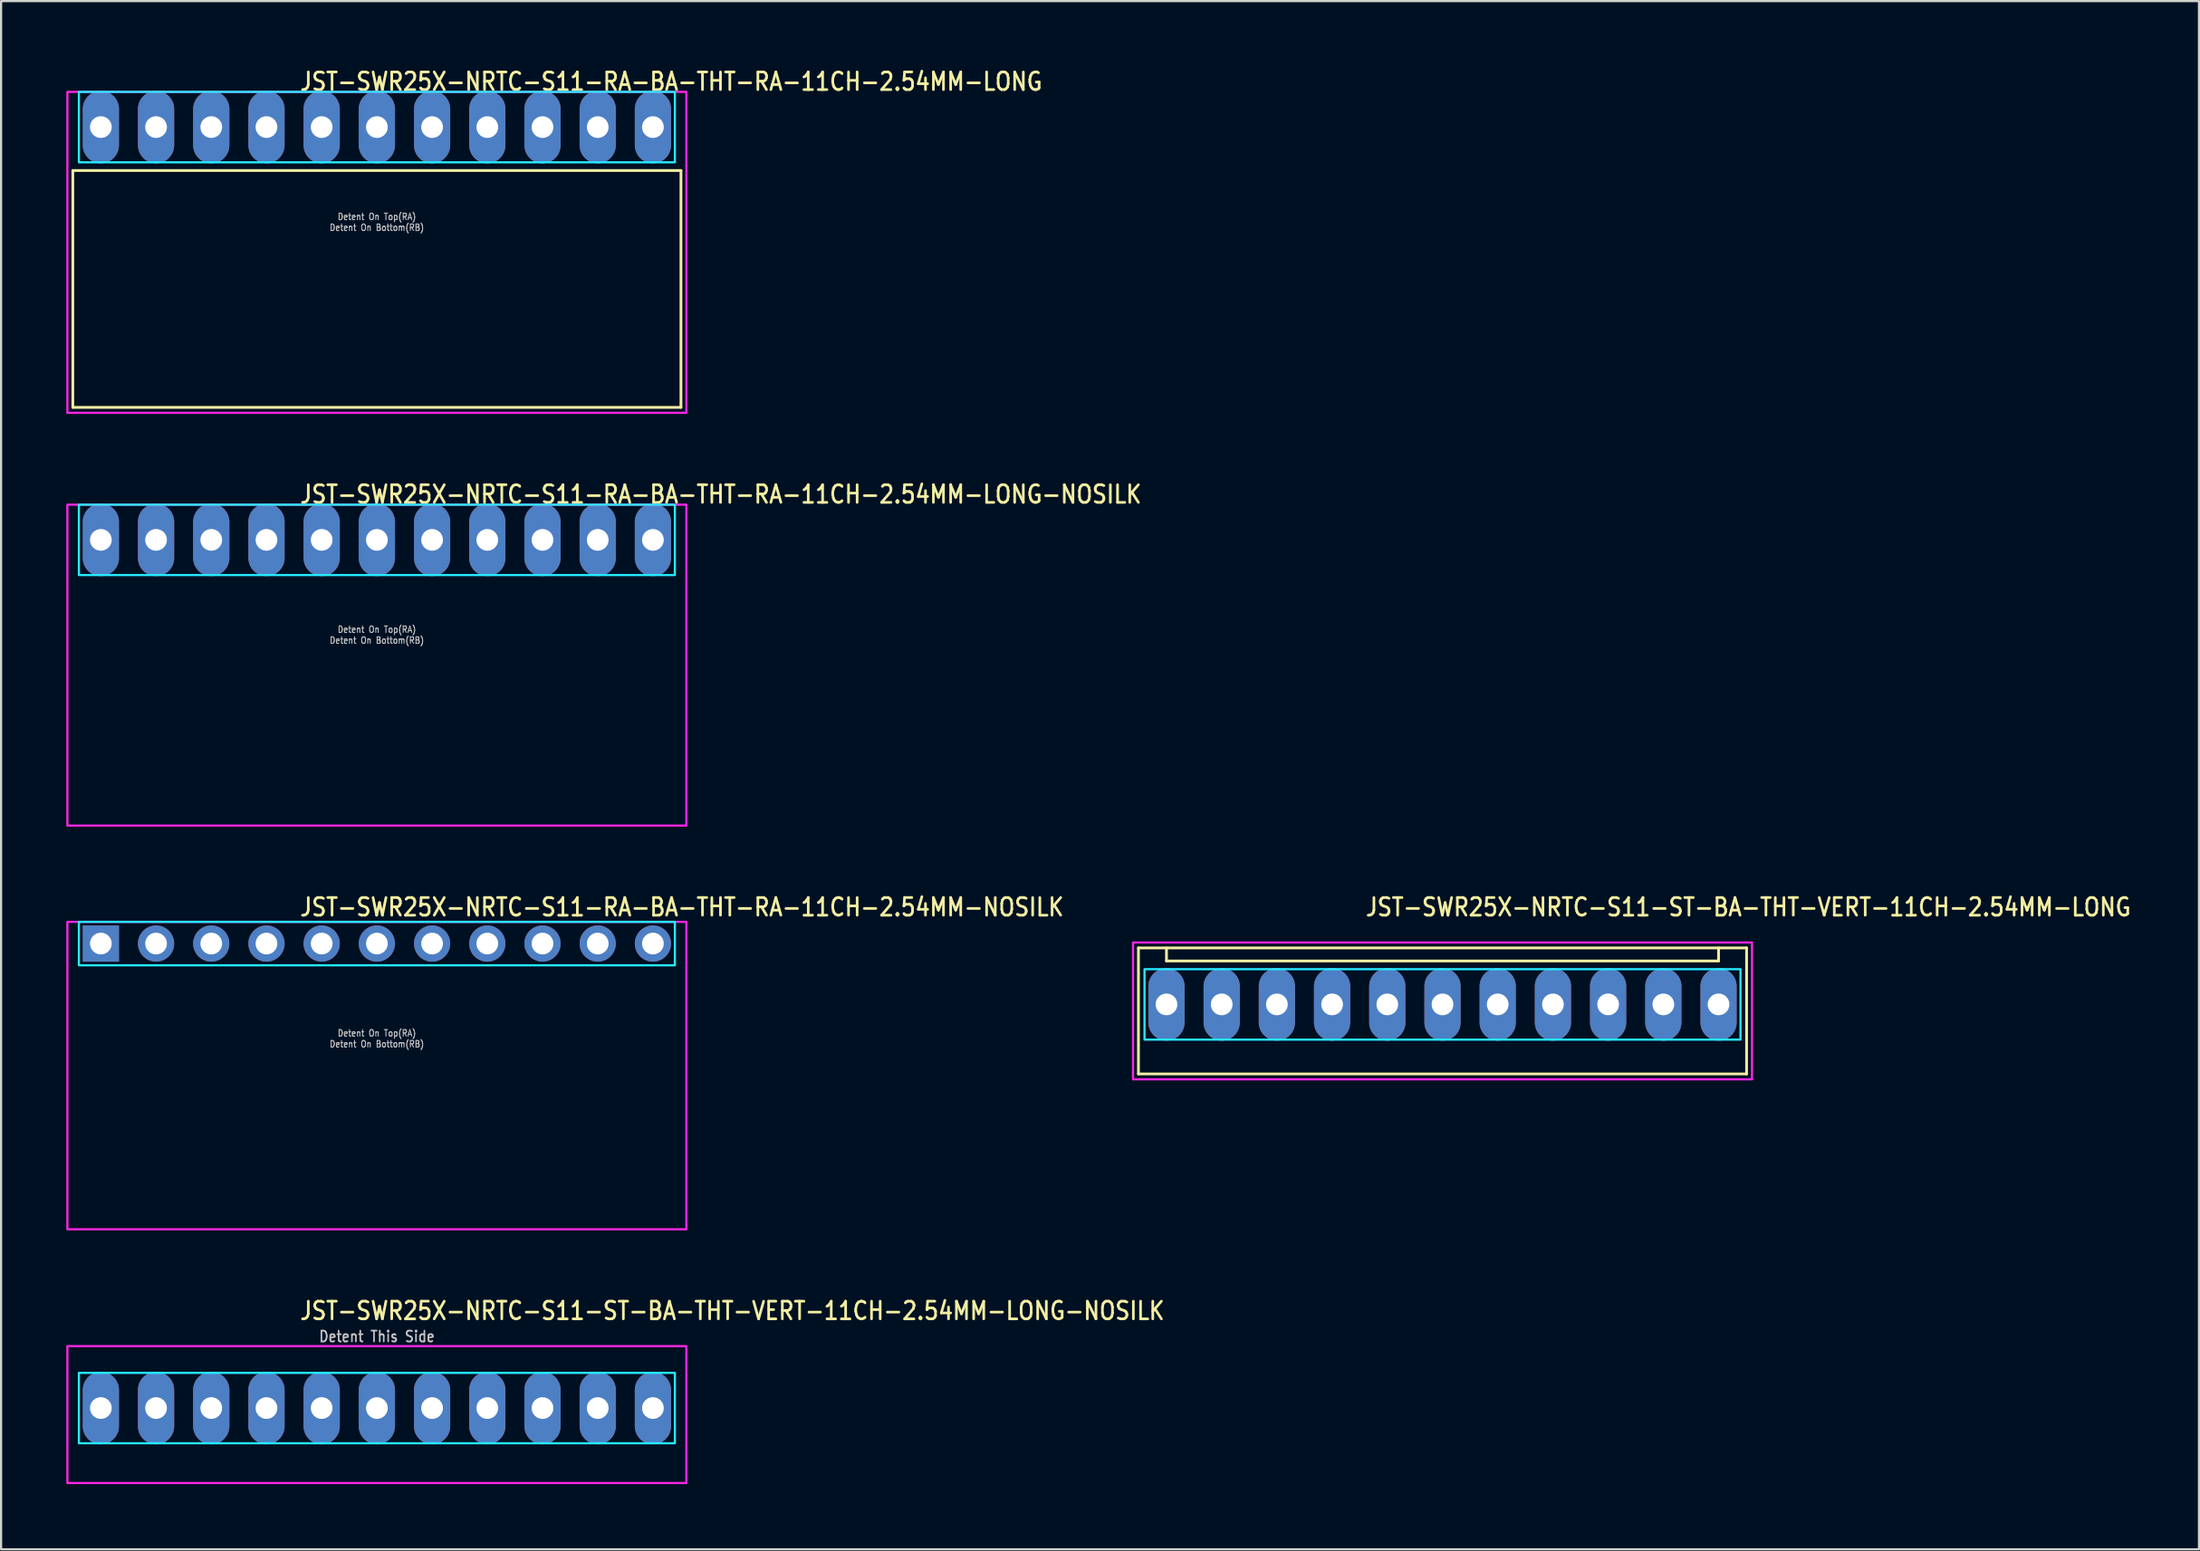
<source format=kicad_pcb>
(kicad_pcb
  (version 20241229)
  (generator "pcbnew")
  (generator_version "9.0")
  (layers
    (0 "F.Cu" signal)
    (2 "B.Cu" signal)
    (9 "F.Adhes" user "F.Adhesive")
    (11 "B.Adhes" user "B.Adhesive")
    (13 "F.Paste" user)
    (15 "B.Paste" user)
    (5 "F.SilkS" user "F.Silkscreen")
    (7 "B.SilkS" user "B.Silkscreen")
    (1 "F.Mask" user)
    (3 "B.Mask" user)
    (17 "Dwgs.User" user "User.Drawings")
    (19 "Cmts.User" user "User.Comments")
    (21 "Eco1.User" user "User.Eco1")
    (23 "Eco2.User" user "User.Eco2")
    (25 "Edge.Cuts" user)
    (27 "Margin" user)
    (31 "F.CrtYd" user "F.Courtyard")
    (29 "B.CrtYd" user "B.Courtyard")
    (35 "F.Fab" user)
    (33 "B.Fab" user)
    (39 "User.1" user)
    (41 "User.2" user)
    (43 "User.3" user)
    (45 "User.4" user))
  (footprint "JST-SWR25X-NRTC-S11-RA-BA-THT-RA-11CH-2.54MM-LONG-NOSILK"
    (layer "F.Cu")
    (at 14.29 21.797)
    (property "Reference" "JST-SWR25X-NRTC-S11-RA-BA-THT-RA-11CH-2.54MM-LONG-NOSILK" (at -3.6 -1.62 0) (unlocked yes) (layer "F.SilkS") (effects (font (size 0.813 0.695) (thickness 0.122)) (justify left bottom)))
    (fp_poly (pts (xy -13.71 -1.62) (xy -13.71 1.62) (xy 13.71 1.62) (xy 13.71 -1.62)) (stroke (width 0.1) (type solid)) (fill no) (layer "B.CrtYd"))
    (fp_poly (pts (xy -14.24 -1.62) (xy -14.24 13.15) (xy 14.24 13.15) (xy 14.24 -1.62)) (stroke (width 0.1) (type solid)) (fill no) (layer "F.CrtYd"))
    (fp_text user "Detent On Top(RA)" (at 0 4.3 0) (unlocked yes) (layer "Dwgs.User") (effects (font (size 0.3 0.257) (thickness 0.045)) (justify bottom)))
    (fp_text user "Detent On Bottom(RB)" (at 0 4.8 0) (unlocked yes) (layer "Dwgs.User") (effects (font (size 0.3 0.257) (thickness 0.045)) (justify bottom)))
    (pad "P$1" thru_hole oval (at -12.7 0 90) (size 3.333 1.667) (drill 1) (layers "*.Cu" "*.Mask"))
    (pad "P$2" thru_hole oval (at -10.16 0 90) (size 3.333 1.667) (drill 1) (layers "*.Cu" "*.Mask"))
    (pad "P$3" thru_hole oval (at -7.62 0 90) (size 3.333 1.667) (drill 1) (layers "*.Cu" "*.Mask"))
    (pad "P$4" thru_hole oval (at -5.08 0 90) (size 3.333 1.667) (drill 1) (layers "*.Cu" "*.Mask"))
    (pad "P$5" thru_hole oval (at -2.54 0 90) (size 3.333 1.667) (drill 1) (layers "*.Cu" "*.Mask"))
    (pad "P$6" thru_hole oval (at 0 0 90) (size 3.333 1.667) (drill 1) (layers "*.Cu" "*.Mask"))
    (pad "P$7" thru_hole oval (at 2.54 0 90) (size 3.333 1.667) (drill 1) (layers "*.Cu" "*.Mask"))
    (pad "P$8" thru_hole oval (at 5.08 0 90) (size 3.333 1.667) (drill 1) (layers "*.Cu" "*.Mask"))
    (pad "P$9" thru_hole oval (at 7.62 0 90) (size 3.333 1.667) (drill 1) (layers "*.Cu" "*.Mask"))
    (pad "P$10" thru_hole oval (at 10.16 0 90) (size 3.333 1.667) (drill 1) (layers "*.Cu" "*.Mask"))
    (pad "P$11" thru_hole oval (at 12.7 0 90) (size 3.333 1.667) (drill 1) (layers "*.Cu" "*.Mask")))
  (footprint "JST-SWR25X-NRTC-S11-ST-BA-THT-VERT-11CH-2.54MM-LONG"
    (layer "F.Cu")
    (at 63.318 43.176)
    (property "Reference" "JST-SWR25X-NRTC-S11-ST-BA-THT-VERT-11CH-2.54MM-LONG" (at -3.6 -4 0) (unlocked yes) (layer "F.SilkS") (effects (font (size 0.813 0.695) (thickness 0.122)) (justify left bottom)))
    (fp_line (start -13.99 -2.6) (end 13.99 -2.6) (stroke (width 0.127) (type solid)) (layer "F.SilkS"))
    (fp_line (start -13.99 3.2) (end -13.99 -2.6) (stroke (width 0.127) (type solid)) (layer "F.SilkS"))
    (fp_line (start -13.99 3.2) (end 13.99 3.2) (stroke (width 0.127) (type solid)) (layer "F.SilkS"))
    (fp_line (start -12.7 -2.6) (end -12.7 -2) (stroke (width 0.127) (type solid)) (layer "F.SilkS"))
    (fp_line (start -12.7 -2) (end 12.7 -2) (stroke (width 0.127) (type solid)) (layer "F.SilkS"))
    (fp_line (start 12.7 -2.6) (end 12.7 -2) (stroke (width 0.127) (type solid)) (layer "F.SilkS"))
    (fp_line (start 13.99 -2.6) (end 13.99 3.2) (stroke (width 0.127) (type solid)) (layer "F.SilkS"))
    (fp_poly (pts (xy -13.71 -1.62) (xy -13.71 1.62) (xy 13.71 1.62) (xy 13.71 -1.62)) (stroke (width 0.1) (type solid)) (fill no) (layer "B.CrtYd"))
    (fp_poly (pts (xy -14.24 -2.85) (xy -14.24 3.45) (xy 14.24 3.45) (xy 14.24 -2.85)) (stroke (width 0.1) (type solid)) (fill no) (layer "F.CrtYd"))
    (pad "P$1" thru_hole oval (at -12.7 0 90) (size 3.333 1.667) (drill 1) (layers "*.Cu" "*.Mask"))
    (pad "P$2" thru_hole oval (at -10.16 0 90) (size 3.333 1.667) (drill 1) (layers "*.Cu" "*.Mask"))
    (pad "P$3" thru_hole oval (at -7.62 0 90) (size 3.333 1.667) (drill 1) (layers "*.Cu" "*.Mask"))
    (pad "P$4" thru_hole oval (at -5.08 0 90) (size 3.333 1.667) (drill 1) (layers "*.Cu" "*.Mask"))
    (pad "P$5" thru_hole oval (at -2.54 0 90) (size 3.333 1.667) (drill 1) (layers "*.Cu" "*.Mask"))
    (pad "P$6" thru_hole oval (at 0 0 90) (size 3.333 1.667) (drill 1) (layers "*.Cu" "*.Mask"))
    (pad "P$7" thru_hole oval (at 2.54 0 90) (size 3.333 1.667) (drill 1) (layers "*.Cu" "*.Mask"))
    (pad "P$8" thru_hole oval (at 5.08 0 90) (size 3.333 1.667) (drill 1) (layers "*.Cu" "*.Mask"))
    (pad "P$9" thru_hole oval (at 7.62 0 90) (size 3.333 1.667) (drill 1) (layers "*.Cu" "*.Mask"))
    (pad "P$10" thru_hole oval (at 10.16 0 90) (size 3.333 1.667) (drill 1) (layers "*.Cu" "*.Mask"))
    (pad "P$11" thru_hole oval (at 12.7 0 90) (size 3.333 1.667) (drill 1) (layers "*.Cu" "*.Mask")))
  (footprint "JST-SWR25X-NRTC-S11-ST-BA-THT-VERT-11CH-2.54MM-LONG-NOSILK"
    (layer "F.Cu")
    (at 14.29 61.754)
    (property "Reference" "JST-SWR25X-NRTC-S11-ST-BA-THT-VERT-11CH-2.54MM-LONG-NOSILK" (at -3.6 -4 0) (unlocked yes) (layer "F.SilkS") (effects (font (size 0.813 0.695) (thickness 0.122)) (justify left bottom)))
    (fp_poly (pts (xy -13.71 -1.62) (xy -13.71 1.62) (xy 13.71 1.62) (xy 13.71 -1.62)) (stroke (width 0.1) (type solid)) (fill no) (layer "B.CrtYd"))
    (fp_poly (pts (xy -14.24 -2.85) (xy -14.24 3.45) (xy 14.24 3.45) (xy 14.24 -2.85)) (stroke (width 0.1) (type solid)) (fill no) (layer "F.CrtYd"))
    (fp_text user "Detent This Side" (at 0 -3 0) (unlocked yes) (layer "Dwgs.User") (effects (font (size 0.5 0.427) (thickness 0.075)) (justify bottom)))
    (pad "P$1" thru_hole oval (at -12.7 0 90) (size 3.333 1.667) (drill 1) (layers "*.Cu" "*.Mask"))
    (pad "P$2" thru_hole oval (at -10.16 0 90) (size 3.333 1.667) (drill 1) (layers "*.Cu" "*.Mask"))
    (pad "P$3" thru_hole oval (at -7.62 0 90) (size 3.333 1.667) (drill 1) (layers "*.Cu" "*.Mask"))
    (pad "P$4" thru_hole oval (at -5.08 0 90) (size 3.333 1.667) (drill 1) (layers "*.Cu" "*.Mask"))
    (pad "P$5" thru_hole oval (at -2.54 0 90) (size 3.333 1.667) (drill 1) (layers "*.Cu" "*.Mask"))
    (pad "P$6" thru_hole oval (at 0 0 90) (size 3.333 1.667) (drill 1) (layers "*.Cu" "*.Mask"))
    (pad "P$7" thru_hole oval (at 2.54 0 90) (size 3.333 1.667) (drill 1) (layers "*.Cu" "*.Mask"))
    (pad "P$8" thru_hole oval (at 5.08 0 90) (size 3.333 1.667) (drill 1) (layers "*.Cu" "*.Mask"))
    (pad "P$9" thru_hole oval (at 7.62 0 90) (size 3.333 1.667) (drill 1) (layers "*.Cu" "*.Mask"))
    (pad "P$10" thru_hole oval (at 10.16 0 90) (size 3.333 1.667) (drill 1) (layers "*.Cu" "*.Mask"))
    (pad "P$11" thru_hole oval (at 12.7 0 90) (size 3.333 1.667) (drill 1) (layers "*.Cu" "*.Mask")))
  (footprint "JST-SWR25X-NRTC-S11-RA-BA-THT-RA-11CH-2.54MM-NOSILK"
    (layer "F.Cu")
    (at 14.29 40.376)
    (property "Reference" "JST-SWR25X-NRTC-S11-RA-BA-THT-RA-11CH-2.54MM-NOSILK" (at -3.6 -1.2 0) (unlocked yes) (layer "F.SilkS") (effects (font (size 0.813 0.695) (thickness 0.122)) (justify left bottom)))
    (fp_poly (pts (xy -13.71 -1) (xy -13.71 1) (xy 13.71 1) (xy 13.71 -1)) (stroke (width 0.1) (type solid)) (fill no) (layer "B.CrtYd"))
    (fp_poly (pts (xy -14.24 -1) (xy -14.24 13.15) (xy 14.24 13.15) (xy 14.24 -1)) (stroke (width 0.1) (type solid)) (fill no) (layer "F.CrtYd"))
    (fp_text user "Detent On Top(RA)" (at 0 4.3 0) (unlocked yes) (layer "Dwgs.User") (effects (font (size 0.3 0.257) (thickness 0.045)) (justify bottom)))
    (fp_text user "Detent On Bottom(RB)" (at 0 4.8 0) (unlocked yes) (layer "Dwgs.User") (effects (font (size 0.3 0.257) (thickness 0.045)) (justify bottom)))
    (pad "P$1" thru_hole rect (at -12.7 0) (size 1.667 1.667) (drill 1) (layers "*.Cu" "*.Mask"))
    (pad "P$2" thru_hole oval (at -10.16 0) (size 1.667 1.667) (drill 1) (layers "*.Cu" "*.Mask"))
    (pad "P$3" thru_hole oval (at -7.62 0) (size 1.667 1.667) (drill 1) (layers "*.Cu" "*.Mask"))
    (pad "P$4" thru_hole oval (at -5.08 0) (size 1.667 1.667) (drill 1) (layers "*.Cu" "*.Mask"))
    (pad "P$5" thru_hole oval (at -2.54 0) (size 1.667 1.667) (drill 1) (layers "*.Cu" "*.Mask"))
    (pad "P$6" thru_hole oval (at 0 0) (size 1.667 1.667) (drill 1) (layers "*.Cu" "*.Mask"))
    (pad "P$7" thru_hole oval (at 2.54 0) (size 1.667 1.667) (drill 1) (layers "*.Cu" "*.Mask"))
    (pad "P$8" thru_hole oval (at 5.08 0) (size 1.667 1.667) (drill 1) (layers "*.Cu" "*.Mask"))
    (pad "P$9" thru_hole oval (at 7.62 0) (size 1.667 1.667) (drill 1) (layers "*.Cu" "*.Mask"))
    (pad "P$10" thru_hole oval (at 10.16 0) (size 1.667 1.667) (drill 1) (layers "*.Cu" "*.Mask"))
    (pad "P$11" thru_hole oval (at 12.7 0) (size 1.667 1.667) (drill 1) (layers "*.Cu" "*.Mask")))
  (footprint "JST-SWR25X-NRTC-S11-RA-BA-THT-RA-11CH-2.54MM-LONG"
    (layer "F.Cu")
    (at 14.29 2.799)
    (property "Reference" "JST-SWR25X-NRTC-S11-RA-BA-THT-RA-11CH-2.54MM-LONG" (at -3.6 -1.62 0) (unlocked yes) (layer "F.SilkS") (effects (font (size 0.813 0.695) (thickness 0.122)) (justify left bottom)))
    (fp_line (start -13.99 2) (end 13.99 2) (stroke (width 0.127) (type solid)) (layer "F.SilkS"))
    (fp_line (start -13.99 12.9) (end -13.99 2) (stroke (width 0.127) (type solid)) (layer "F.SilkS"))
    (fp_line (start -13.99 12.9) (end 13.99 12.9) (stroke (width 0.127) (type solid)) (layer "F.SilkS"))
    (fp_line (start 13.99 2) (end 13.99 12.9) (stroke (width 0.127) (type solid)) (layer "F.SilkS"))
    (fp_poly (pts (xy -13.71 -1.62) (xy -13.71 1.62) (xy 13.71 1.62) (xy 13.71 -1.62)) (stroke (width 0.1) (type solid)) (fill no) (layer "B.CrtYd"))
    (fp_poly (pts (xy -14.24 -1.62) (xy -14.24 13.15) (xy 14.24 13.15) (xy 14.24 -1.62)) (stroke (width 0.1) (type solid)) (fill no) (layer "F.CrtYd"))
    (fp_text user "Detent On Bottom(RB)" (at 0 4.8 0) (unlocked yes) (layer "Dwgs.User") (effects (font (size 0.3 0.257) (thickness 0.045)) (justify bottom)))
    (fp_text user "Detent On Top(RA)" (at 0 4.3 0) (unlocked yes) (layer "Dwgs.User") (effects (font (size 0.3 0.257) (thickness 0.045)) (justify bottom)))
    (pad "P$1" thru_hole oval (at -12.7 0 90) (size 3.333 1.667) (drill 1) (layers "*.Cu" "*.Mask"))
    (pad "P$2" thru_hole oval (at -10.16 0 90) (size 3.333 1.667) (drill 1) (layers "*.Cu" "*.Mask"))
    (pad "P$3" thru_hole oval (at -7.62 0 90) (size 3.333 1.667) (drill 1) (layers "*.Cu" "*.Mask"))
    (pad "P$4" thru_hole oval (at -5.08 0 90) (size 3.333 1.667) (drill 1) (layers "*.Cu" "*.Mask"))
    (pad "P$5" thru_hole oval (at -2.54 0 90) (size 3.333 1.667) (drill 1) (layers "*.Cu" "*.Mask"))
    (pad "P$6" thru_hole oval (at 0 0 90) (size 3.333 1.667) (drill 1) (layers "*.Cu" "*.Mask"))
    (pad "P$7" thru_hole oval (at 2.54 0 90) (size 3.333 1.667) (drill 1) (layers "*.Cu" "*.Mask"))
    (pad "P$8" thru_hole oval (at 5.08 0 90) (size 3.333 1.667) (drill 1) (layers "*.Cu" "*.Mask"))
    (pad "P$9" thru_hole oval (at 7.62 0 90) (size 3.333 1.667) (drill 1) (layers "*.Cu" "*.Mask"))
    (pad "P$10" thru_hole oval (at 10.16 0 90) (size 3.333 1.667) (drill 1) (layers "*.Cu" "*.Mask"))
    (pad "P$11" thru_hole oval (at 12.7 0 90) (size 3.333 1.667) (drill 1) (layers "*.Cu" "*.Mask")))
  (gr_rect
    (start -3 -3)
    (end 98.122 68.254)
    (stroke (width 0.1) (type default))
    (fill no)
    (layer "Edge.Cuts")))
</source>
